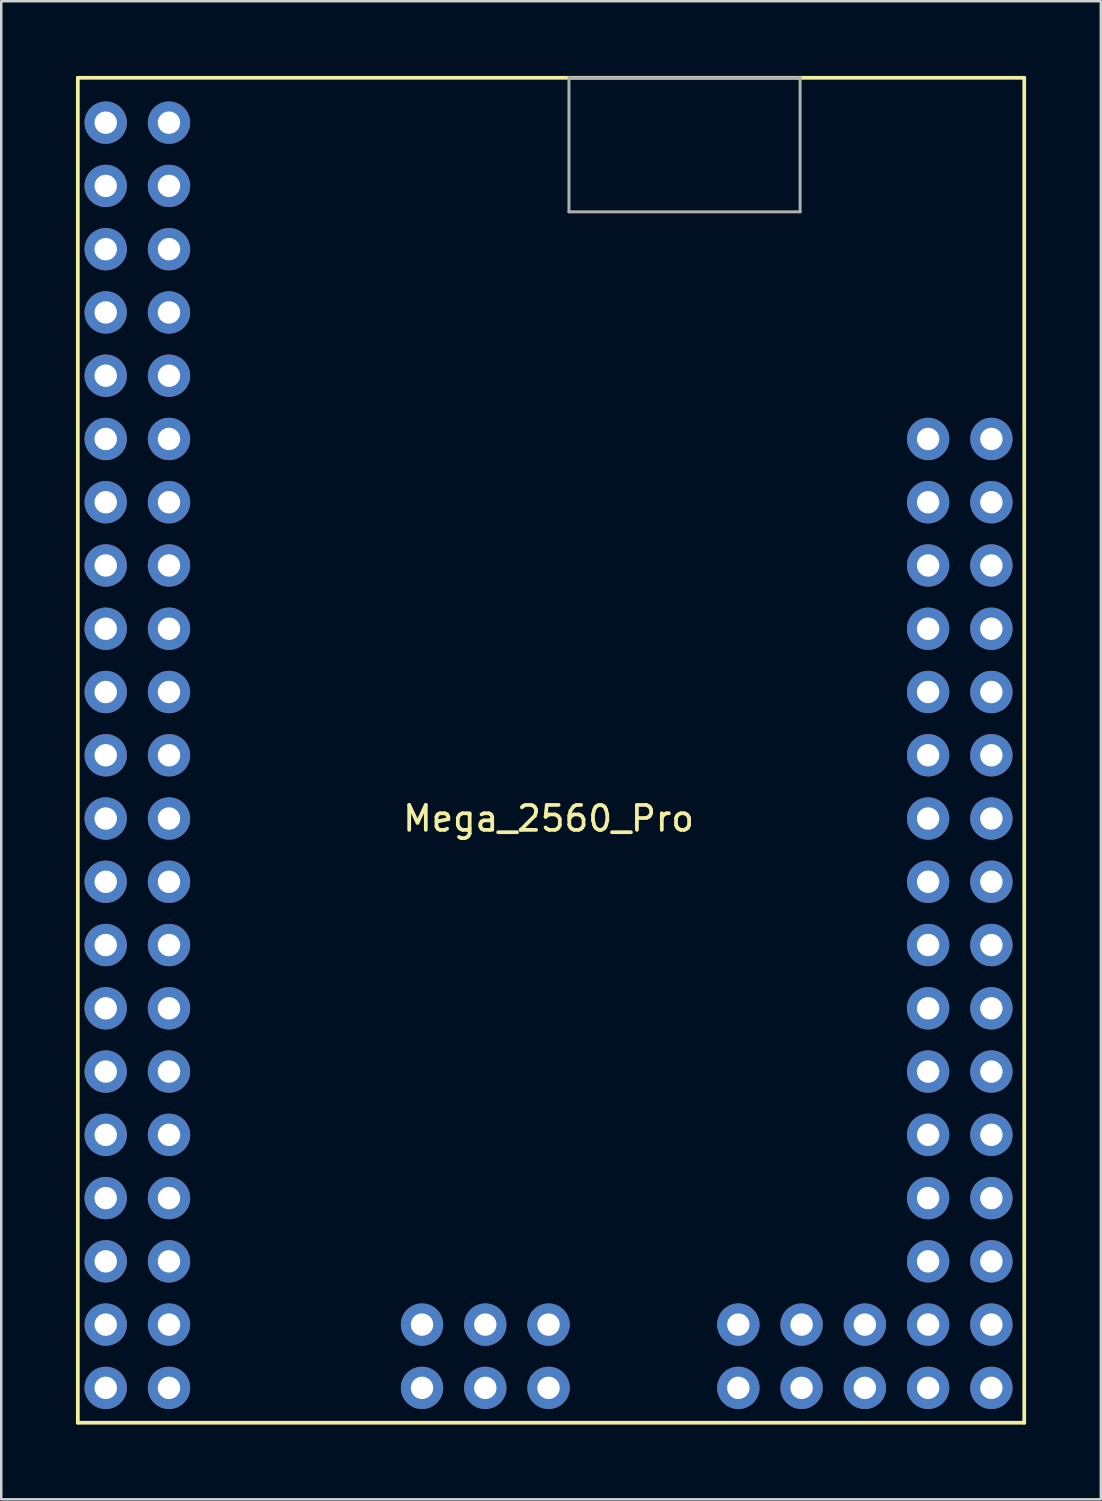
<source format=kicad_pcb>
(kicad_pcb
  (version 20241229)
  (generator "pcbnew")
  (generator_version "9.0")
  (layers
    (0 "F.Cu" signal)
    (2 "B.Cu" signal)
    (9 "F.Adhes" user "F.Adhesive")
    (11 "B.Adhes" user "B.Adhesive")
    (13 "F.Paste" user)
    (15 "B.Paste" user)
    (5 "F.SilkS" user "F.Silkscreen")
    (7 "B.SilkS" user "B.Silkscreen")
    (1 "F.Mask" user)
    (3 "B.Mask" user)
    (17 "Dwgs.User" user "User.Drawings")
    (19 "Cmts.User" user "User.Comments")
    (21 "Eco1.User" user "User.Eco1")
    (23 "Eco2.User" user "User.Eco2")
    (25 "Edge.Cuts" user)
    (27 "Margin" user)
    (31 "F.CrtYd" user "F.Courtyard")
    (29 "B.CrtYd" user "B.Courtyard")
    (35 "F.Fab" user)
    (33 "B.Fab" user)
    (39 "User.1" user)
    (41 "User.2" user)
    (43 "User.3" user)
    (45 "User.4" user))
  (footprint "Mega_2560_Pro"
    (layer "F.Cu")
    (at 18.975 27.275)
    (property "Reference" "Mega_2560_Pro" (at 0 2.54 0) (layer "F.SilkS") (effects (font (size 1 1) (thickness 0.15))))
    (attr through_hole)
    (fp_line (start -18.9 -27.2) (end -18.9 26.8) (stroke (width 0.15) (type solid)) (layer "F.SilkS"))
    (fp_line (start -18.9 -27.2) (end 19.1 -27.2) (stroke (width 0.15) (type solid)) (layer "F.SilkS"))
    (fp_line (start -18.9 26.8) (end 19.1 26.8) (stroke (width 0.15) (type solid)) (layer "F.SilkS"))
    (fp_line (start 19.1 -27.2) (end 19.1 26.8) (stroke (width 0.15) (type solid)) (layer "F.SilkS"))
    (fp_line (start 0.82 -27.2) (end 0.82 -21.82) (stroke (width 0.12) (type solid)) (layer "F.Fab"))
    (fp_line (start 0.82 -27.2) (end 10.1 -27.2) (stroke (width 0.12) (type solid)) (layer "F.Fab"))
    (fp_line (start 0.82 -21.82) (end 10.1 -21.82) (stroke (width 0.12) (type solid)) (layer "F.Fab"))
    (fp_line (start 10.1 -27.2) (end 10.1 -21.82) (stroke (width 0.12) (type solid)) (layer "F.Fab"))
    (pad "1" thru_hole circle (at -15.24 -25.4) (size 1.7 1.7) (drill 0.9) (layers "*.Cu" "*.Mask"))
    (pad "2" thru_hole circle (at -17.78 -25.4) (size 1.7 1.7) (drill 0.9) (layers "*.Cu" "*.Mask"))
    (pad "3" thru_hole circle (at -15.24 -22.86) (size 1.7 1.7) (drill 0.9) (layers "*.Cu" "*.Mask"))
    (pad "4" thru_hole circle (at -17.78 -22.86) (size 1.7 1.7) (drill 0.9) (layers "*.Cu" "*.Mask"))
    (pad "5" thru_hole circle (at -15.24 -20.32) (size 1.7 1.7) (drill 0.9) (layers "*.Cu" "*.Mask"))
    (pad "6" thru_hole circle (at -17.78 -20.32) (size 1.7 1.7) (drill 0.9) (layers "*.Cu" "*.Mask"))
    (pad "7" thru_hole circle (at -15.24 -17.78) (size 1.7 1.7) (drill 0.9) (layers "*.Cu" "*.Mask"))
    (pad "8" thru_hole circle (at -17.78 -17.78) (size 1.7 1.7) (drill 0.9) (layers "*.Cu" "*.Mask"))
    (pad "9" thru_hole circle (at -15.24 -15.24) (size 1.7 1.7) (drill 0.9) (layers "*.Cu" "*.Mask"))
    (pad "10" thru_hole circle (at -17.78 -15.24) (size 1.7 1.7) (drill 0.9) (layers "*.Cu" "*.Mask"))
    (pad "11" thru_hole circle (at -15.24 -12.7) (size 1.7 1.7) (drill 0.9) (layers "*.Cu" "*.Mask"))
    (pad "12" thru_hole circle (at -17.78 -12.7) (size 1.7 1.7) (drill 0.9) (layers "*.Cu" "*.Mask"))
    (pad "13" thru_hole circle (at -15.24 -10.16) (size 1.7 1.7) (drill 0.9) (layers "*.Cu" "*.Mask"))
    (pad "14" thru_hole circle (at -17.78 -10.16) (size 1.7 1.7) (drill 0.9) (layers "*.Cu" "*.Mask"))
    (pad "15" thru_hole circle (at -15.24 -7.62) (size 1.7 1.7) (drill 0.9) (layers "*.Cu" "*.Mask"))
    (pad "16" thru_hole circle (at -17.78 -7.62) (size 1.7 1.7) (drill 0.9) (layers "*.Cu" "*.Mask"))
    (pad "17" thru_hole circle (at -15.24 -5.08) (size 1.7 1.7) (drill 0.9) (layers "*.Cu" "*.Mask"))
    (pad "18" thru_hole circle (at -17.78 -5.08) (size 1.7 1.7) (drill 0.9) (layers "*.Cu" "*.Mask"))
    (pad "19" thru_hole circle (at -15.24 -2.54) (size 1.7 1.7) (drill 0.9) (layers "*.Cu" "*.Mask"))
    (pad "20" thru_hole circle (at -17.78 -2.54) (size 1.7 1.7) (drill 0.9) (layers "*.Cu" "*.Mask"))
    (pad "21" thru_hole circle (at -15.24 0) (size 1.7 1.7) (drill 0.9) (layers "*.Cu" "*.Mask"))
    (pad "22" thru_hole circle (at -17.78 0) (size 1.7 1.7) (drill 0.9) (layers "*.Cu" "*.Mask"))
    (pad "23" thru_hole circle (at -15.24 2.54) (size 1.7 1.7) (drill 0.9) (layers "*.Cu" "*.Mask"))
    (pad "24" thru_hole circle (at -17.78 2.54) (size 1.7 1.7) (drill 0.9) (layers "*.Cu" "*.Mask"))
    (pad "25" thru_hole circle (at -15.24 5.08) (size 1.7 1.7) (drill 0.9) (layers "*.Cu" "*.Mask"))
    (pad "26" thru_hole circle (at -17.78 5.08) (size 1.7 1.7) (drill 0.9) (layers "*.Cu" "*.Mask"))
    (pad "27" thru_hole circle (at -15.24 7.62) (size 1.7 1.7) (drill 0.9) (layers "*.Cu" "*.Mask"))
    (pad "28" thru_hole circle (at -17.78 7.62) (size 1.7 1.7) (drill 0.9) (layers "*.Cu" "*.Mask"))
    (pad "29" thru_hole circle (at -15.24 10.16) (size 1.7 1.7) (drill 0.9) (layers "*.Cu" "*.Mask"))
    (pad "30" thru_hole circle (at -17.78 10.16) (size 1.7 1.7) (drill 0.9) (layers "*.Cu" "*.Mask"))
    (pad "31" thru_hole circle (at -15.24 12.7) (size 1.7 1.7) (drill 0.9) (layers "*.Cu" "*.Mask"))
    (pad "33" thru_hole circle (at -17.78 12.7) (size 1.7 1.7) (drill 0.9) (layers "*.Cu" "*.Mask"))
    (pad "34" thru_hole circle (at -15.24 15.24) (size 1.7 1.7) (drill 0.9) (layers "*.Cu" "*.Mask"))
    (pad "35" thru_hole circle (at -17.78 15.24) (size 1.7 1.7) (drill 0.9) (layers "*.Cu" "*.Mask"))
    (pad "36" thru_hole circle (at -15.24 17.78) (size 1.7 1.7) (drill 0.9) (layers "*.Cu" "*.Mask"))
    (pad "37" thru_hole circle (at -17.78 17.78) (size 1.7 1.7) (drill 0.9) (layers "*.Cu" "*.Mask"))
    (pad "38" thru_hole circle (at -15.24 20.32) (size 1.7 1.7) (drill 0.9) (layers "*.Cu" "*.Mask"))
    (pad "39" thru_hole circle (at -17.78 20.32) (size 1.7 1.7) (drill 0.9) (layers "*.Cu" "*.Mask"))
    (pad "40" thru_hole circle (at -15.24 22.86) (size 1.7 1.7) (drill 0.9) (layers "*.Cu" "*.Mask"))
    (pad "41" thru_hole circle (at -17.78 22.86) (size 1.7 1.7) (drill 0.9) (layers "*.Cu" "*.Mask"))
    (pad "42" thru_hole circle (at -15.24 25.4) (size 1.7 1.7) (drill 0.9) (layers "*.Cu" "*.Mask"))
    (pad "43" thru_hole circle (at -17.78 25.4) (size 1.7 1.7) (drill 0.9) (layers "*.Cu" "*.Mask"))
    (pad "44" thru_hole circle (at 17.78 7.62) (size 1.7 1.7) (drill 0.9) (layers "*.Cu" "*.Mask"))
    (pad "45" thru_hole circle (at 15.24 7.62) (size 1.7 1.7) (drill 0.9) (layers "*.Cu" "*.Mask"))
    (pad "46" thru_hole circle (at 17.78 10.16) (size 1.7 1.7) (drill 0.9) (layers "*.Cu" "*.Mask"))
    (pad "47" thru_hole circle (at 15.24 10.16) (size 1.7 1.7) (drill 0.9) (layers "*.Cu" "*.Mask"))
    (pad "48" thru_hole circle (at 17.78 12.7) (size 1.7 1.7) (drill 0.9) (layers "*.Cu" "*.Mask"))
    (pad "49" thru_hole circle (at 15.24 12.7) (size 1.7 1.7) (drill 0.9) (layers "*.Cu" "*.Mask"))
    (pad "50" thru_hole circle (at 17.78 15.24) (size 1.7 1.7) (drill 0.9) (layers "*.Cu" "*.Mask"))
    (pad "51" thru_hole circle (at 15.24 15.24) (size 1.7 1.7) (drill 0.9) (layers "*.Cu" "*.Mask"))
    (pad "52" thru_hole circle (at 17.78 17.78) (size 1.7 1.7) (drill 0.9) (layers "*.Cu" "*.Mask"))
    (pad "53" thru_hole circle (at 15.24 17.78) (size 1.7 1.7) (drill 0.9) (layers "*.Cu" "*.Mask"))
    (pad "54" thru_hole circle (at 17.78 20.32) (size 1.7 1.7) (drill 0.9) (layers "*.Cu" "*.Mask"))
    (pad "55" thru_hole circle (at 15.24 20.32) (size 1.7 1.7) (drill 0.9) (layers "*.Cu" "*.Mask"))
    (pad "56" thru_hole circle (at 17.78 22.86) (size 1.7 1.7) (drill 0.9) (layers "*.Cu" "*.Mask"))
    (pad "57" thru_hole circle (at 15.24 22.86) (size 1.7 1.7) (drill 0.9) (layers "*.Cu" "*.Mask"))
    (pad "58" thru_hole circle (at 17.78 25.4) (size 1.7 1.7) (drill 0.9) (layers "*.Cu" "*.Mask"))
    (pad "59" thru_hole circle (at 15.24 25.4) (size 1.7 1.7) (drill 0.9) (layers "*.Cu" "*.Mask"))
    (pad "60" thru_hole circle (at 12.7 25.4) (size 1.7 1.7) (drill 0.9) (layers "*.Cu" "*.Mask"))
    (pad "61" thru_hole circle (at 12.7 22.86) (size 1.7 1.7) (drill 0.9) (layers "*.Cu" "*.Mask"))
    (pad "62" thru_hole circle (at 10.16 25.4) (size 1.7 1.7) (drill 0.9) (layers "*.Cu" "*.Mask"))
    (pad "63" thru_hole circle (at 10.16 22.86) (size 1.7 1.7) (drill 0.9) (layers "*.Cu" "*.Mask"))
    (pad "64" thru_hole circle (at 7.62 25.4) (size 1.7 1.7) (drill 0.9) (layers "*.Cu" "*.Mask"))
    (pad "65" thru_hole circle (at 7.62 22.86) (size 1.7 1.7) (drill 0.9) (layers "*.Cu" "*.Mask"))
    (pad "66" thru_hole circle (at 17.78 -12.7) (size 1.7 1.7) (drill 0.9) (layers "*.Cu" "*.Mask"))
    (pad "67" thru_hole circle (at 15.24 -12.7) (size 1.7 1.7) (drill 0.9) (layers "*.Cu" "*.Mask"))
    (pad "68" thru_hole circle (at 17.78 -10.16) (size 1.7 1.7) (drill 0.9) (layers "*.Cu" "*.Mask"))
    (pad "69" thru_hole circle (at 15.24 -10.16) (size 1.7 1.7) (drill 0.9) (layers "*.Cu" "*.Mask"))
    (pad "70" thru_hole circle (at 17.78 -7.62) (size 1.7 1.7) (drill 0.9) (layers "*.Cu" "*.Mask"))
    (pad "71" thru_hole circle (at 15.24 -7.62) (size 1.7 1.7) (drill 0.9) (layers "*.Cu" "*.Mask"))
    (pad "72" thru_hole circle (at 17.78 -5.08) (size 1.7 1.7) (drill 0.9) (layers "*.Cu" "*.Mask"))
    (pad "73" thru_hole circle (at 15.24 -5.08) (size 1.7 1.7) (drill 0.9) (layers "*.Cu" "*.Mask"))
    (pad "74" thru_hole circle (at 17.78 -2.54) (size 1.7 1.7) (drill 0.9) (layers "*.Cu" "*.Mask"))
    (pad "75" thru_hole circle (at 15.24 -2.54) (size 1.7 1.7) (drill 0.9) (layers "*.Cu" "*.Mask"))
    (pad "76" thru_hole circle (at 17.78 0) (size 1.7 1.7) (drill 0.9) (layers "*.Cu" "*.Mask"))
    (pad "77" thru_hole circle (at 15.24 0) (size 1.7 1.7) (drill 0.9) (layers "*.Cu" "*.Mask"))
    (pad "78" thru_hole circle (at 17.78 2.54) (size 1.7 1.7) (drill 0.9) (layers "*.Cu" "*.Mask"))
    (pad "79" thru_hole circle (at 15.24 2.54) (size 1.7 1.7) (drill 0.9) (layers "*.Cu" "*.Mask"))
    (pad "80" thru_hole circle (at 17.78 5.08) (size 1.7 1.7) (drill 0.9) (layers "*.Cu" "*.Mask"))
    (pad "81" thru_hole circle (at 15.24 5.08) (size 1.7 1.7) (drill 0.9) (layers "*.Cu" "*.Mask"))
    (pad "82" thru_hole circle (at 0 22.86) (size 1.7 1.7) (drill 0.9) (layers "*.Cu" "*.Mask"))
    (pad "83" thru_hole circle (at 0 25.4) (size 1.7 1.7) (drill 0.9) (layers "*.Cu" "*.Mask"))
    (pad "84" thru_hole circle (at -2.54 22.86) (size 1.7 1.7) (drill 0.9) (layers "*.Cu" "*.Mask"))
    (pad "85" thru_hole circle (at -2.54 25.4) (size 1.7 1.7) (drill 0.9) (layers "*.Cu" "*.Mask"))
    (pad "86" thru_hole circle (at -5.08 22.86) (size 1.7 1.7) (drill 0.9) (layers "*.Cu" "*.Mask"))
    (pad "87" thru_hole circle (at -5.08 25.4) (size 1.7 1.7) (drill 0.9) (layers "*.Cu" "*.Mask")))
  (gr_rect
    (start -3 -3)
    (end 41.15 57.15)
    (stroke (width 0.1) (type default))
    (fill no)
    (layer "Edge.Cuts")))
</source>
